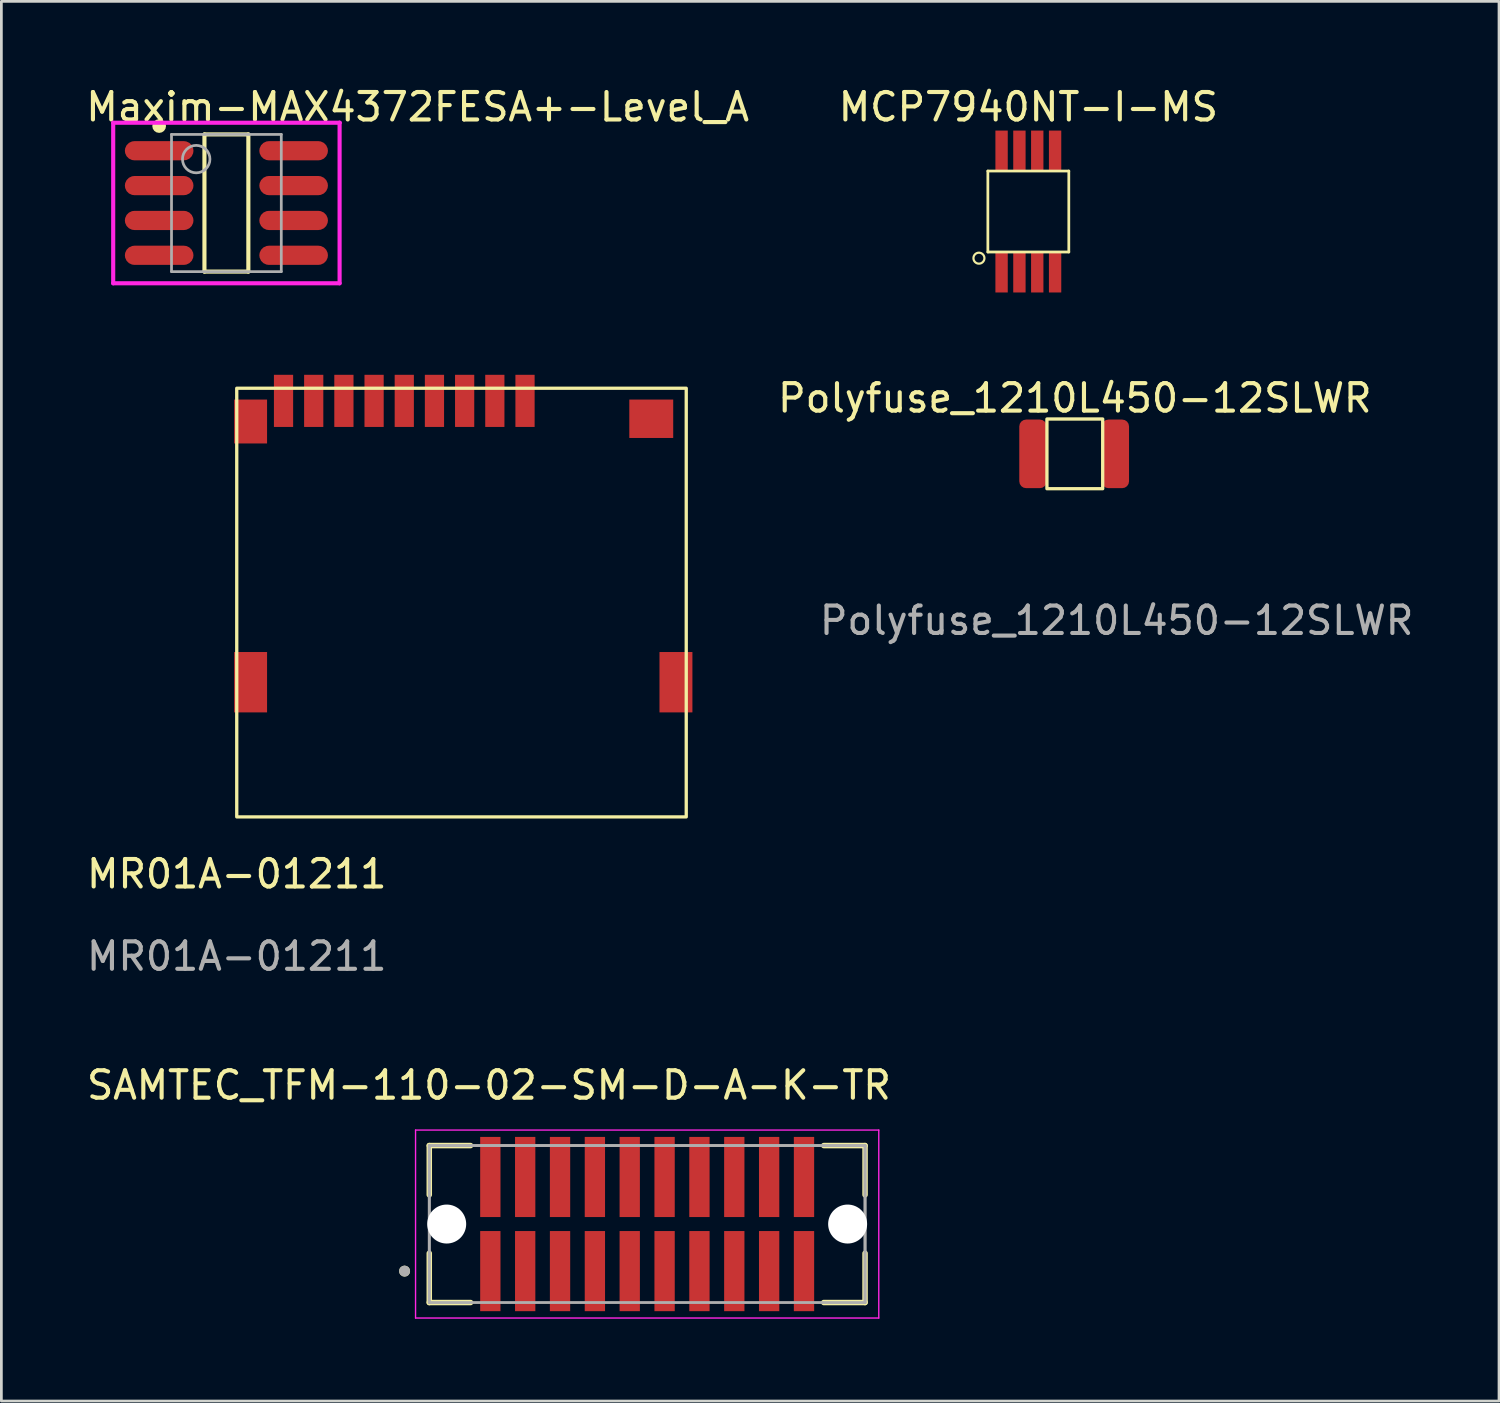
<source format=kicad_pcb>
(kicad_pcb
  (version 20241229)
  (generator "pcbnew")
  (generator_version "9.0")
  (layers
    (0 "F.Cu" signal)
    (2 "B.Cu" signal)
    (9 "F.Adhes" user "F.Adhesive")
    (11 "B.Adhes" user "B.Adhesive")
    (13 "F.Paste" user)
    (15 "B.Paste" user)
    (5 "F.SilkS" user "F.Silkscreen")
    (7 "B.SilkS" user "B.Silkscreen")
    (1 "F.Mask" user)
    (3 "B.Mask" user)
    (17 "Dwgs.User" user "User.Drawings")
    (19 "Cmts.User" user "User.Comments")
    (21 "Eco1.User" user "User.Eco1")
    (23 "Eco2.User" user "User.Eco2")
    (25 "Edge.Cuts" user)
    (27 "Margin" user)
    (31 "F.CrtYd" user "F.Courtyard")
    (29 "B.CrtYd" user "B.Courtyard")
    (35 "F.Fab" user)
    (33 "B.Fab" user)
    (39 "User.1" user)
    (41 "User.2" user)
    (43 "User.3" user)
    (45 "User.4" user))
  (footprint "SAMTEC_TFM-110-02-SM-D-A-K-TR"
    (layer "F.Cu")
    (at 20.533 41.555)
    (property "Reference" "SAMTEC_TFM-110-02-SM-D-A-K-TR" (at -5.765 -5.06 0) (layer "F.SilkS") (effects (font (size 1 1) (thickness 0.15))))
    (attr through_hole)
    (fp_line (start -7.94 -2.86) (end -7.94 -1.064) (stroke (width 0.2) (type solid)) (layer "F.SilkS"))
    (fp_line (start -7.94 -2.86) (end -6.435 -2.86) (stroke (width 0.2) (type solid)) (layer "F.SilkS"))
    (fp_line (start -7.94 1.064) (end -7.94 2.86) (stroke (width 0.2) (type solid)) (layer "F.SilkS"))
    (fp_line (start -6.435 2.86) (end -7.94 2.86) (stroke (width 0.2) (type solid)) (layer "F.SilkS"))
    (fp_line (start 6.435 -2.86) (end 7.94 -2.86) (stroke (width 0.2) (type solid)) (layer "F.SilkS"))
    (fp_line (start 6.435 2.86) (end 7.94 2.86) (stroke (width 0.2) (type solid)) (layer "F.SilkS"))
    (fp_line (start 7.94 -1.064) (end 7.94 -2.86) (stroke (width 0.2) (type solid)) (layer "F.SilkS"))
    (fp_line (start 7.94 2.86) (end 7.94 1.064) (stroke (width 0.2) (type solid)) (layer "F.SilkS"))
    (fp_circle (center -8.84 1.715) (end -8.74 1.715) (stroke (width 0.2) (type solid)) (fill no) (layer "F.SilkS"))
    (fp_line (start -8.44 -3.425) (end 8.44 -3.425) (stroke (width 0.05) (type solid)) (layer "F.CrtYd"))
    (fp_line (start -8.44 3.425) (end -8.44 -3.425) (stroke (width 0.05) (type solid)) (layer "F.CrtYd"))
    (fp_line (start 8.44 -3.425) (end 8.44 3.425) (stroke (width 0.05) (type solid)) (layer "F.CrtYd"))
    (fp_line (start 8.44 3.425) (end -8.44 3.425) (stroke (width 0.05) (type solid)) (layer "F.CrtYd"))
    (fp_line (start -7.94 -2.86) (end 7.94 -2.86) (stroke (width 0.1) (type solid)) (layer "F.Fab"))
    (fp_line (start -7.94 -2.86) (end 7.94 -2.86) (stroke (width 0.1) (type solid)) (layer "F.Fab"))
    (fp_line (start -7.94 2.86) (end -7.94 -2.86) (stroke (width 0.1) (type solid)) (layer "F.Fab"))
    (fp_line (start -7.94 2.86) (end -7.94 -2.86) (stroke (width 0.1) (type solid)) (layer "F.Fab"))
    (fp_line (start 7.94 -2.86) (end 7.94 2.86) (stroke (width 0.1) (type solid)) (layer "F.Fab"))
    (fp_line (start 7.94 -2.86) (end 7.94 2.86) (stroke (width 0.1) (type solid)) (layer "F.Fab"))
    (fp_line (start 7.94 2.86) (end -7.94 2.86) (stroke (width 0.1) (type solid)) (layer "F.Fab"))
    (fp_circle (center -8.84 1.715) (end -8.74 1.715) (stroke (width 0.2) (type solid)) (fill no) (layer "F.Fab"))
    (pad "" np_thru_hole circle (at -7.305 0) (size 1.42 1.42) (drill 1.42) (layers "*.Cu" "*.Mask"))
    (pad "" np_thru_hole circle (at 7.305 0) (size 1.42 1.42) (drill 1.42) (layers "*.Cu" "*.Mask"))
    (pad "01" smd rect (at -5.715 1.715) (size 0.74 2.92) (layers "F.Cu" "F.Mask" "F.Paste"))
    (pad "02" smd rect (at -5.715 -1.715) (size 0.74 2.92) (layers "F.Cu" "F.Mask" "F.Paste"))
    (pad "03" smd rect (at -4.445 1.715) (size 0.74 2.92) (layers "F.Cu" "F.Mask" "F.Paste"))
    (pad "04" smd rect (at -4.445 -1.715) (size 0.74 2.92) (layers "F.Cu" "F.Mask" "F.Paste"))
    (pad "05" smd rect (at -3.175 1.715) (size 0.74 2.92) (layers "F.Cu" "F.Mask" "F.Paste"))
    (pad "06" smd rect (at -3.175 -1.715) (size 0.74 2.92) (layers "F.Cu" "F.Mask" "F.Paste"))
    (pad "07" smd rect (at -1.905 1.715) (size 0.74 2.92) (layers "F.Cu" "F.Mask" "F.Paste"))
    (pad "08" smd rect (at -1.905 -1.715) (size 0.74 2.92) (layers "F.Cu" "F.Mask" "F.Paste"))
    (pad "09" smd rect (at -0.635 1.715) (size 0.74 2.92) (layers "F.Cu" "F.Mask" "F.Paste"))
    (pad "10" smd rect (at -0.635 -1.715) (size 0.74 2.92) (layers "F.Cu" "F.Mask" "F.Paste"))
    (pad "11" smd rect (at 0.635 1.715) (size 0.74 2.92) (layers "F.Cu" "F.Mask" "F.Paste"))
    (pad "12" smd rect (at 0.635 -1.715) (size 0.74 2.92) (layers "F.Cu" "F.Mask" "F.Paste"))
    (pad "13" smd rect (at 1.905 1.715) (size 0.74 2.92) (layers "F.Cu" "F.Mask" "F.Paste"))
    (pad "14" smd rect (at 1.905 -1.715) (size 0.74 2.92) (layers "F.Cu" "F.Mask" "F.Paste"))
    (pad "15" smd rect (at 3.175 1.715) (size 0.74 2.92) (layers "F.Cu" "F.Mask" "F.Paste"))
    (pad "16" smd rect (at 3.175 -1.715) (size 0.74 2.92) (layers "F.Cu" "F.Mask" "F.Paste"))
    (pad "17" smd rect (at 4.445 1.715) (size 0.74 2.92) (layers "F.Cu" "F.Mask" "F.Paste"))
    (pad "18" smd rect (at 4.445 -1.715) (size 0.74 2.92) (layers "F.Cu" "F.Mask" "F.Paste"))
    (pad "19" smd rect (at 5.715 1.715) (size 0.74 2.92) (layers "F.Cu" "F.Mask" "F.Paste"))
    (pad "20" smd rect (at 5.715 -1.715) (size 0.74 2.92) (layers "F.Cu" "F.Mask" "F.Paste")))
  (footprint "Polyfuse_1210L450-12SLWR"
    (layer "F.Cu")
    (at 34.593 13.489)
    (property "Reference" "Polyfuse_1210L450-12SLWR" (at 1.524 -2.032 0) (unlocked yes) (layer "F.SilkS") (effects (font (size 1 1) (thickness 0.15))))
    (attr smd)
    (fp_rect (start 0.508 -1.27) (end 2.54 1.27) (stroke (width 0.12) (type solid)) (fill no) (layer "F.SilkS"))
    (fp_text user "${REFERENCE}" (at 3.048 6.072 0) (unlocked yes) (layer "F.Fab") (effects (font (size 1 1) (thickness 0.15))))
    (pad "1" smd roundrect (at 0 0) (size 1 2.5) (layers "F.Cu" "F.Mask" "F.Paste") (roundrect_rratio 0.25))
    (pad "2" smd roundrect (at 3 0) (size 1 2.5) (layers "F.Cu" "F.Mask" "F.Paste") (roundrect_rratio 0.25)))
  (footprint "MR01A-01211"
    (layer "F.Cu")
    (at 5.577 26.718)
    (property "Reference" "MR01A-01211" (at 0 2.08 0) (unlocked yes) (layer "F.SilkS") (effects (font (size 1 1) (thickness 0.15))))
    (attr smd)
    (fp_rect (start 0 0) (end 16.38 -15.62) (stroke (width 0.12) (type solid)) (fill no) (layer "F.SilkS"))
    (fp_text user "${REFERENCE}" (at 0 5.08 0) (unlocked yes) (layer "F.Fab") (effects (font (size 1 1) (thickness 0.15))))
    (pad "1" smd rect (at 10.505 -15.16) (size 0.7 1.9) (layers "F.Cu" "F.Mask" "F.Paste"))
    (pad "2" smd rect (at 9.405 -15.16) (size 0.7 1.9) (layers "F.Cu" "F.Mask" "F.Paste"))
    (pad "3" smd rect (at 8.305 -15.16) (size 0.7 1.9) (layers "F.Cu" "F.Mask" "F.Paste"))
    (pad "4" smd rect (at 7.205 -15.16) (size 0.7 1.9) (layers "F.Cu" "F.Mask" "F.Paste"))
    (pad "5" smd rect (at 6.105 -15.16) (size 0.7 1.9) (layers "F.Cu" "F.Mask" "F.Paste"))
    (pad "6" smd rect (at 5.005 -15.16) (size 0.7 1.9) (layers "F.Cu" "F.Mask" "F.Paste"))
    (pad "7" smd rect (at 3.905 -15.16) (size 0.7 1.9) (layers "F.Cu" "F.Mask" "F.Paste"))
    (pad "8" smd rect (at 2.805 -15.16) (size 0.7 1.9) (layers "F.Cu" "F.Mask" "F.Paste"))
    (pad "9" smd rect (at 1.705 -15.16) (size 0.7 1.9) (layers "F.Cu" "F.Mask" "F.Paste"))
    (pad "10" smd rect (at 0.505 -14.408) (size 1.2 1.6) (layers "F.Cu" "F.Mask" "F.Paste"))
    (pad "11" smd rect (at 0.505 -4.908) (size 1.2 2.2) (layers "F.Cu" "F.Mask" "F.Paste"))
    (pad "12" smd rect (at 16.005 -4.908) (size 1.2 2.2) (layers "F.Cu" "F.Mask" "F.Paste"))
    (pad "13" smd rect (at 15.105 -14.508) (size 1.6 1.4) (layers "F.Cu" "F.Mask" "F.Paste")))
  (footprint "MCP7940NT-I-MS"
    (layer "F.Cu")
    (at 34.423 4.658)
    (property "Reference" "MCP7940NT-I-MS" (at 0 -3.81 0) (layer "F.SilkS") (effects (font (size 1 1) (thickness 0.15))))
    (attr through_hole)
    (fp_line (start -1.475 -1.475) (end -1.475 1.475) (stroke (width 0.1) (type solid)) (layer "F.SilkS"))
    (fp_line (start -1.475 -1.475) (end 1.475 -1.475) (stroke (width 0.1) (type solid)) (layer "F.SilkS"))
    (fp_line (start -1.475 1.475) (end 1.475 1.475) (stroke (width 0.1) (type solid)) (layer "F.SilkS"))
    (fp_line (start 1.475 -1.475) (end 1.475 1.475) (stroke (width 0.1) (type solid)) (layer "F.SilkS"))
    (fp_circle (center -1.8 1.7) (end -1.6 1.7) (stroke (width 0.08) (type solid)) (fill no) (layer "F.SilkS"))
    (pad "1" smd rect (at -0.975 2.225) (size 0.45 1.45) (layers "F.Cu" "F.Mask" "F.Paste"))
    (pad "2" smd rect (at -0.325 2.225) (size 0.45 1.45) (layers "F.Cu" "F.Mask" "F.Paste"))
    (pad "3" smd rect (at 0.325 2.225) (size 0.45 1.45) (layers "F.Cu" "F.Mask" "F.Paste"))
    (pad "4" smd rect (at 0.975 2.225) (size 0.45 1.45) (layers "F.Cu" "F.Mask" "F.Paste"))
    (pad "5" smd rect (at 0.975 -2.225) (size 0.45 1.45) (layers "F.Cu" "F.Mask" "F.Paste"))
    (pad "6" smd rect (at 0.325 -2.225) (size 0.45 1.45) (layers "F.Cu" "F.Mask" "F.Paste"))
    (pad "7" smd rect (at -0.325 -2.225) (size 0.45 1.45) (layers "F.Cu" "F.Mask" "F.Paste"))
    (pad "8" smd rect (at -0.975 -2.225) (size 0.45 1.45) (layers "F.Cu" "F.Mask" "F.Paste")))
  (footprint "Maxim-MAX4372FESA+-Level_A"
    (layer "F.Cu")
    (at 5.2 4.348)
    (property "Reference" "Maxim-MAX4372FESA+-Level_A" (at -5.2 -3.5 0) (layer "F.SilkS") (effects (font (size 1 1) (thickness 0.15)) (justify left)))
    (attr through_hole)
    (fp_line (start -0.8 -2.5) (end 0.8 -2.5) (stroke (width 0.15) (type solid)) (layer "F.SilkS"))
    (fp_line (start -0.8 2.5) (end -0.8 -2.5) (stroke (width 0.15) (type solid)) (layer "F.SilkS"))
    (fp_line (start -0.8 2.5) (end 0.8 2.5) (stroke (width 0.15) (type solid)) (layer "F.SilkS"))
    (fp_line (start 0.8 2.5) (end 0.8 -2.5) (stroke (width 0.15) (type solid)) (layer "F.SilkS"))
    (fp_circle (center -2.45 -2.805) (end -2.325 -2.805) (stroke (width 0.25) (type solid)) (fill no) (layer "F.SilkS"))
    (fp_line (start -4.125 -2.925) (end -4.125 2.925) (stroke (width 0.15) (type solid)) (layer "F.CrtYd"))
    (fp_line (start -4.125 2.925) (end 4.125 2.925) (stroke (width 0.15) (type solid)) (layer "F.CrtYd"))
    (fp_line (start 4.125 -2.925) (end -4.125 -2.925) (stroke (width 0.15) (type solid)) (layer "F.CrtYd"))
    (fp_line (start 4.125 -2.925) (end 4.125 -2.925) (stroke (width 0.15) (type solid)) (layer "F.CrtYd"))
    (fp_line (start 4.125 2.925) (end 4.125 -2.925) (stroke (width 0.15) (type solid)) (layer "F.CrtYd"))
    (fp_line (start -2 -2.5) (end 2 -2.5) (stroke (width 0.1) (type solid)) (layer "F.Fab"))
    (fp_line (start -2 2.5) (end -2 -2.5) (stroke (width 0.1) (type solid)) (layer "F.Fab"))
    (fp_line (start -2 2.5) (end 2 2.5) (stroke (width 0.1) (type solid)) (layer "F.Fab"))
    (fp_line (start 2 2.5) (end 2 -2.5) (stroke (width 0.1) (type solid)) (layer "F.Fab"))
    (fp_circle (center -1.1 -1.6) (end -0.6 -1.6) (stroke (width 0.1) (type solid)) (fill no) (layer "F.Fab"))
    (pad "1" smd roundrect (at -2.45 -1.905 270) (size 0.7 2.5) (layers "F.Cu" "F.Mask" "F.Paste") (roundrect_rratio 0.5))
    (pad "2" smd roundrect (at -2.45 -0.635 270) (size 0.7 2.5) (layers "F.Cu" "F.Mask" "F.Paste") (roundrect_rratio 0.5))
    (pad "3" smd roundrect (at -2.45 0.635 270) (size 0.7 2.5) (layers "F.Cu" "F.Mask" "F.Paste") (roundrect_rratio 0.5))
    (pad "4" smd roundrect (at -2.45 1.905 270) (size 0.7 2.5) (layers "F.Cu" "F.Mask" "F.Paste") (roundrect_rratio 0.5))
    (pad "5" smd roundrect (at 2.45 1.905 270) (size 0.7 2.5) (layers "F.Cu" "F.Mask" "F.Paste") (roundrect_rratio 0.5))
    (pad "6" smd roundrect (at 2.45 0.635 270) (size 0.7 2.5) (layers "F.Cu" "F.Mask" "F.Paste") (roundrect_rratio 0.5))
    (pad "7" smd roundrect (at 2.45 -0.635 270) (size 0.7 2.5) (layers "F.Cu" "F.Mask" "F.Paste") (roundrect_rratio 0.5))
    (pad "8" smd roundrect (at 2.45 -1.905 270) (size 0.7 2.5) (layers "F.Cu" "F.Mask" "F.Paste") (roundrect_rratio 0.5)))
  (gr_rect
    (start -3 -3)
    (end 51.575 48.005)
    (stroke (width 0.1) (type default))
    (fill no)
    (layer "Edge.Cuts")))
</source>
